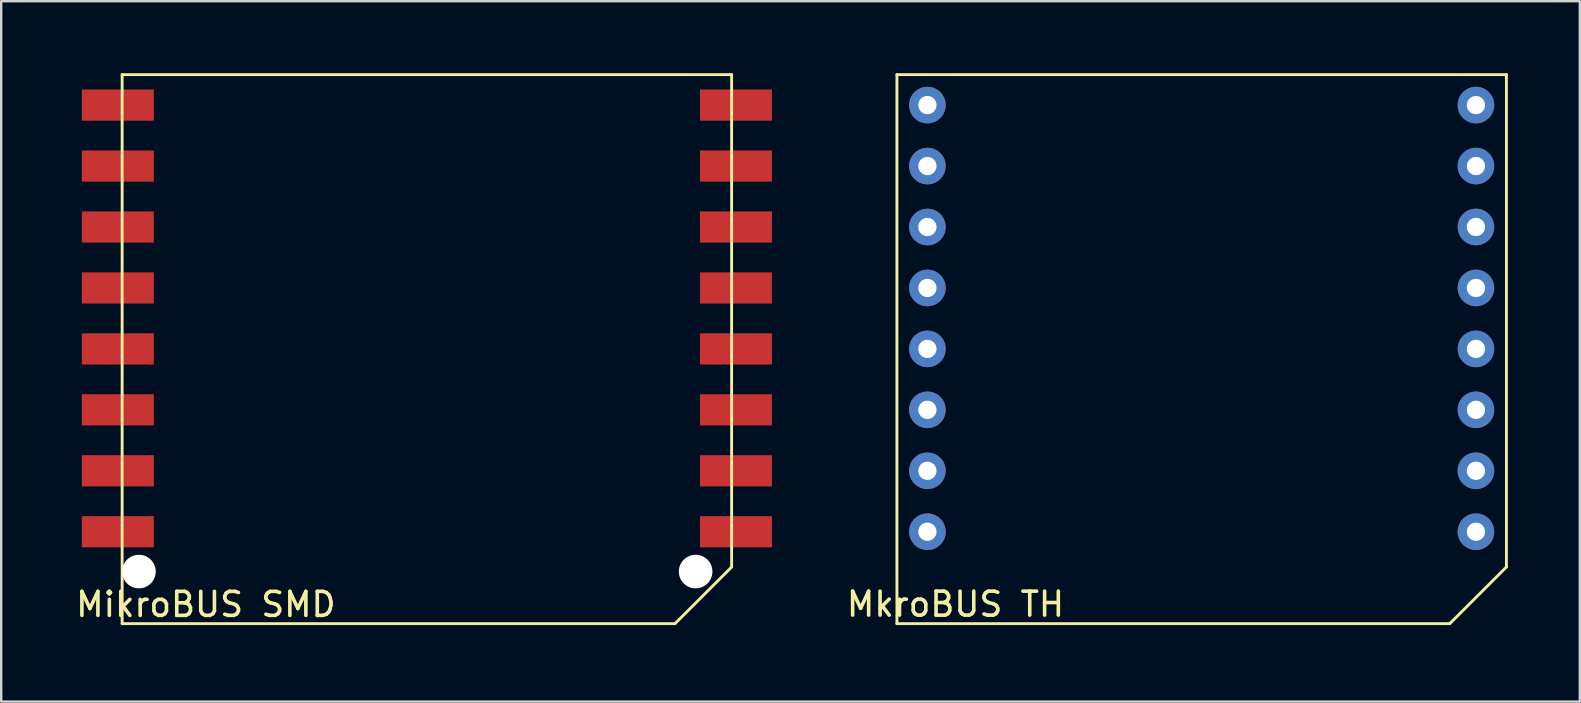
<source format=kicad_pcb>
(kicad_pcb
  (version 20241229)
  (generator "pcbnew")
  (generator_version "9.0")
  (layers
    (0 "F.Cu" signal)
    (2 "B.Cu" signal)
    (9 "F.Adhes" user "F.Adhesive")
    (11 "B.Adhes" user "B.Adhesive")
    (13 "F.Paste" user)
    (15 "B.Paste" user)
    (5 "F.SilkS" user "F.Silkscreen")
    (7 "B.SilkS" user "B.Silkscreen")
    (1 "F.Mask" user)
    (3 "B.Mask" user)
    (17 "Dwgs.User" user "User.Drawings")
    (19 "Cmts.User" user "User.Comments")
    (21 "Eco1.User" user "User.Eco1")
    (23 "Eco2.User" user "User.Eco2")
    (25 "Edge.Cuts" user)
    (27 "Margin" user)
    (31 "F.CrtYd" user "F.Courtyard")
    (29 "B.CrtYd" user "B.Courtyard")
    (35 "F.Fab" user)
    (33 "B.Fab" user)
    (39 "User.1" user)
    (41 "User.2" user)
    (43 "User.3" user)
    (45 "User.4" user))
  (footprint "MikroBUS SMD"
    (layer "F.Cu")
    (at 2.04 22.94)
    (property "Reference" "MikroBUS SMD" (at 3.49 -0.8 0) (unlocked yes) (layer "F.SilkS") (effects (font (size 1 1) (thickness 0.15))))
    (fp_line (start 0 -22.88) (end 25.4 -22.88) (stroke (width 0.12) (type solid)) (layer "F.SilkS"))
    (fp_line (start 0 0) (end 0 -22.88) (stroke (width 0.12) (type solid)) (layer "F.SilkS"))
    (fp_line (start 23.04 0) (end 0 0) (stroke (width 0.12) (type solid)) (layer "F.SilkS"))
    (fp_line (start 25.4 -22.88) (end 25.4 -2.36) (stroke (width 0.12) (type solid)) (layer "F.SilkS"))
    (fp_line (start 25.4 -2.36) (end 23.04 0) (stroke (width 0.12) (type solid)) (layer "F.SilkS"))
    (pad "" np_thru_hole circle (at 0.7 -2.17) (size 1.4 1.4) (drill 1.4) (layers "*.Cu" "*.Mask"))
    (pad "" np_thru_hole circle (at 23.9 -2.17) (size 1.4 1.4) (drill 1.4) (layers "*.Cu" "*.Mask"))
    (pad "1" smd rect (at -0.18 -21.61) (size 3 1.3) (layers "F.Cu" "F.Mask" "F.Paste"))
    (pad "2" smd rect (at -0.18 -19.07) (size 3 1.3) (layers "F.Cu" "F.Mask" "F.Paste"))
    (pad "3" smd rect (at -0.18 -16.53) (size 3 1.3) (layers "F.Cu" "F.Mask" "F.Paste"))
    (pad "4" smd rect (at -0.18 -13.99) (size 3 1.3) (layers "F.Cu" "F.Mask" "F.Paste"))
    (pad "5" smd rect (at -0.18 -11.45) (size 3 1.3) (layers "F.Cu" "F.Mask" "F.Paste"))
    (pad "6" smd rect (at -0.18 -8.91) (size 3 1.3) (layers "F.Cu" "F.Mask" "F.Paste"))
    (pad "7" smd rect (at -0.18 -6.37) (size 3 1.3) (layers "F.Cu" "F.Mask" "F.Paste"))
    (pad "8" smd rect (at -0.18 -3.83) (size 3 1.3) (layers "F.Cu" "F.Mask" "F.Paste"))
    (pad "9" smd rect (at 25.58 -3.83) (size 3 1.3) (layers "F.Cu" "F.Mask" "F.Paste"))
    (pad "10" smd rect (at 25.58 -6.37) (size 3 1.3) (layers "F.Cu" "F.Mask" "F.Paste"))
    (pad "11" smd rect (at 25.58 -8.91) (size 3 1.3) (layers "F.Cu" "F.Mask" "F.Paste"))
    (pad "12" smd rect (at 25.58 -11.45) (size 3 1.3) (layers "F.Cu" "F.Mask" "F.Paste"))
    (pad "13" smd rect (at 25.58 -13.99) (size 3 1.3) (layers "F.Cu" "F.Mask" "F.Paste"))
    (pad "14" smd rect (at 25.58 -16.53) (size 3 1.3) (layers "F.Cu" "F.Mask" "F.Paste"))
    (pad "15" smd rect (at 25.58 -19.07) (size 3 1.3) (layers "F.Cu" "F.Mask" "F.Paste"))
    (pad "16" smd rect (at 25.58 -21.61) (size 3 1.3) (layers "F.Cu" "F.Mask" "F.Paste")))
  (footprint "MkroBUS TH"
    (layer "F.Cu")
    (at 34.329 22.94)
    (property "Reference" "MkroBUS TH" (at 2.44 -0.81 0) (unlocked yes) (layer "F.SilkS") (effects (font (size 1 1) (thickness 0.15))))
    (fp_line (start 0 -22.88) (end 25.4 -22.88) (stroke (width 0.12) (type solid)) (layer "F.SilkS"))
    (fp_line (start 0 0) (end 0 -22.88) (stroke (width 0.12) (type solid)) (layer "F.SilkS"))
    (fp_line (start 23.04 0) (end 0 0) (stroke (width 0.12) (type solid)) (layer "F.SilkS"))
    (fp_line (start 25.4 -22.88) (end 25.4 -2.36) (stroke (width 0.12) (type solid)) (layer "F.SilkS"))
    (fp_line (start 25.4 -2.36) (end 23.04 0) (stroke (width 0.12) (type solid)) (layer "F.SilkS"))
    (pad "1" thru_hole circle (at 1.27 -21.61) (size 1.524 1.524) (drill 0.762) (layers "*.Cu" "*.Mask"))
    (pad "2" thru_hole circle (at 1.27 -19.07) (size 1.524 1.524) (drill 0.762) (layers "*.Cu" "*.Mask"))
    (pad "3" thru_hole circle (at 1.27 -16.53) (size 1.524 1.524) (drill 0.762) (layers "*.Cu" "*.Mask"))
    (pad "4" thru_hole circle (at 1.27 -13.99) (size 1.524 1.524) (drill 0.762) (layers "*.Cu" "*.Mask"))
    (pad "5" thru_hole circle (at 1.27 -11.45) (size 1.524 1.524) (drill 0.762) (layers "*.Cu" "*.Mask"))
    (pad "6" thru_hole circle (at 1.27 -8.91) (size 1.524 1.524) (drill 0.762) (layers "*.Cu" "*.Mask"))
    (pad "7" thru_hole circle (at 1.27 -6.37) (size 1.524 1.524) (drill 0.762) (layers "*.Cu" "*.Mask"))
    (pad "8" thru_hole circle (at 1.27 -3.83) (size 1.524 1.524) (drill 0.762) (layers "*.Cu" "*.Mask"))
    (pad "9" thru_hole circle (at 24.13 -3.83) (size 1.524 1.524) (drill 0.762) (layers "*.Cu" "*.Mask"))
    (pad "10" thru_hole circle (at 24.13 -6.37) (size 1.524 1.524) (drill 0.762) (layers "*.Cu" "*.Mask"))
    (pad "11" thru_hole circle (at 24.13 -8.91) (size 1.524 1.524) (drill 0.762) (layers "*.Cu" "*.Mask"))
    (pad "12" thru_hole circle (at 24.13 -11.45) (size 1.524 1.524) (drill 0.762) (layers "*.Cu" "*.Mask"))
    (pad "13" thru_hole circle (at 24.13 -13.99) (size 1.524 1.524) (drill 0.762) (layers "*.Cu" "*.Mask"))
    (pad "14" thru_hole circle (at 24.13 -16.53) (size 1.524 1.524) (drill 0.762) (layers "*.Cu" "*.Mask"))
    (pad "15" thru_hole circle (at 24.13 -19.07) (size 1.524 1.524) (drill 0.762) (layers "*.Cu" "*.Mask"))
    (pad "16" thru_hole circle (at 24.13 -21.61) (size 1.524 1.524) (drill 0.762) (layers "*.Cu" "*.Mask")))
  (gr_rect
    (start -3 -3)
    (end 62.789 26.19)
    (stroke (width 0.1) (type default))
    (fill no)
    (layer "Edge.Cuts")))
</source>
